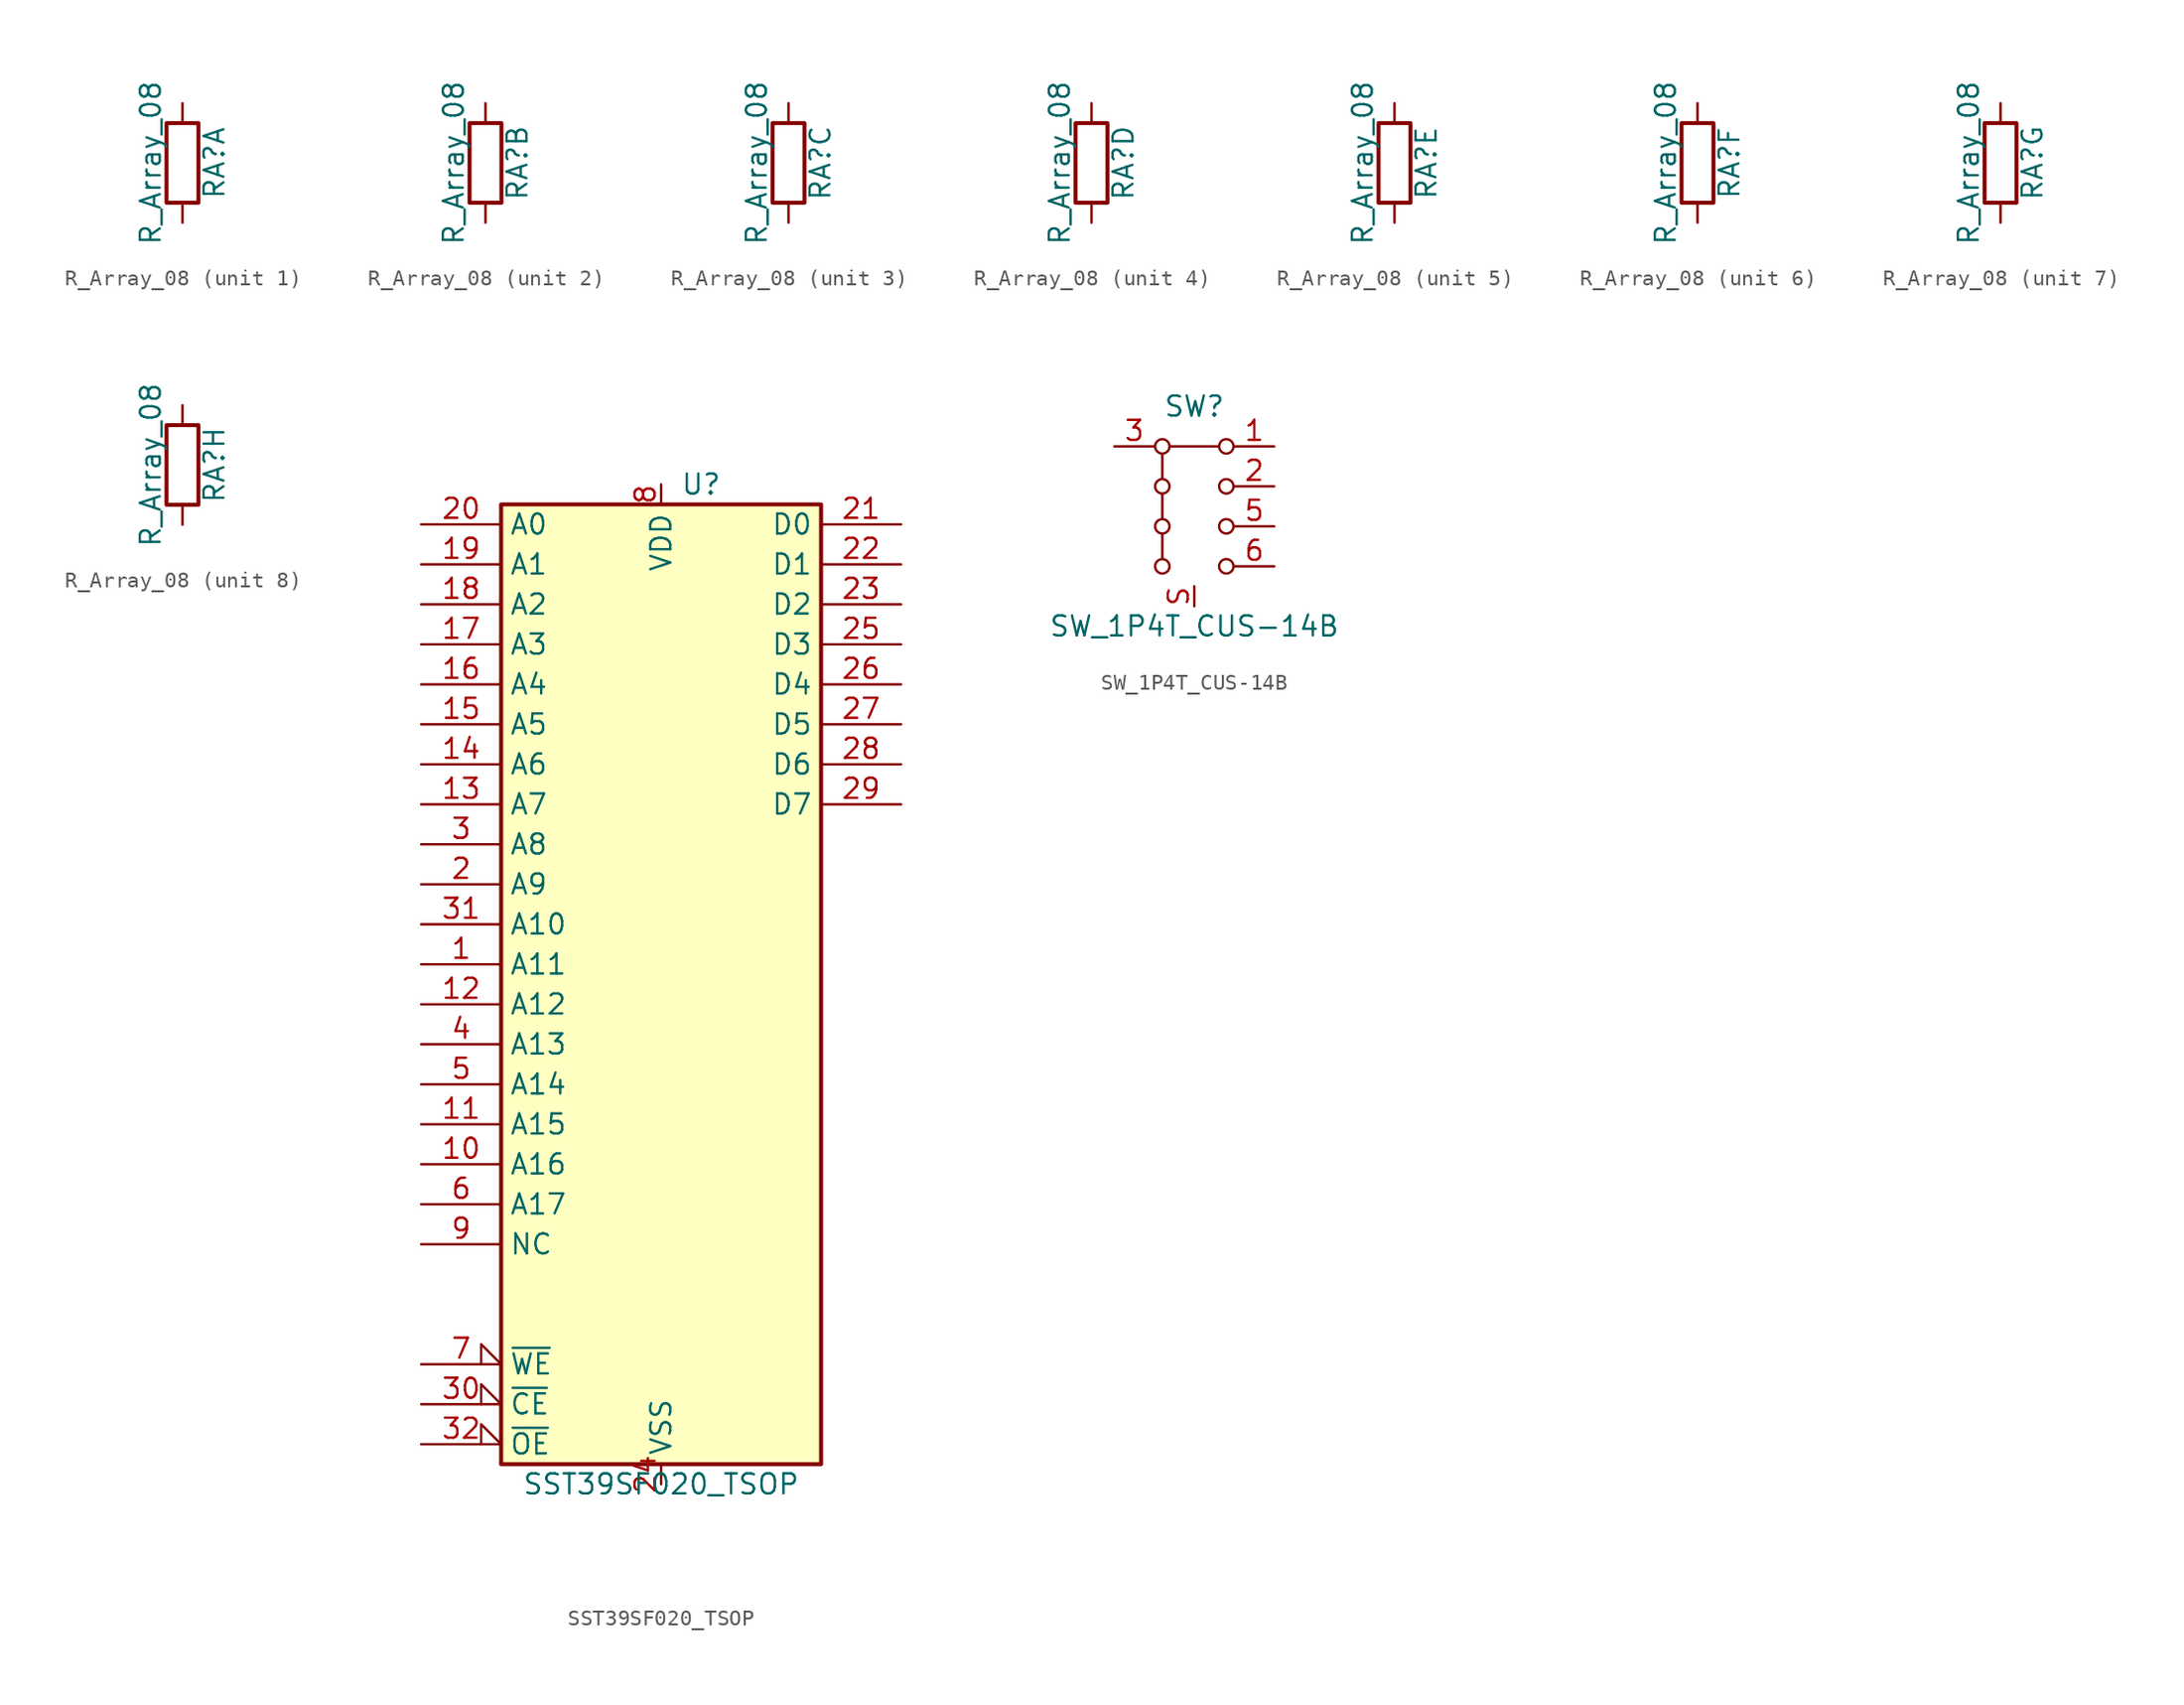
<source format=kicad_sym>
(kicad_symbol_lib
  (version 20220914)
  (generator kicad_symbol_editor)
  (symbol "R_Array_08"
    (pin_numbers hide)
    (pin_names
      (offset 0) hide)
    (property "Reference" "RA"
      (at 2.032 0 90)
      (effects (font (size 1.27 1.27))))
    (property "Value" "R_Array_08"
      (at -2.032 0 90)
      (effects (font (size 1.27 1.27))))
    (symbol "R_Array_08_0_1"
      (rectangle (start 1.016 2.54) (end -1.016 -2.54) (stroke (width 0.254) (type default)) (fill (type none))))
    (symbol "R_Array_08_1_1"
      (pin passive line (at 0 3.81 270) (length 1.27) (name "R1.1" (effects (font (size 1.27 1.27)))) (number "1" (effects (font (size 1.27 1.27)))))
      (pin passive line (at 0 -3.81 90) (length 1.27) (name "R1.2" (effects (font (size 1.27 1.27)))) (number "16" (effects (font (size 1.27 1.27))))))
    (symbol "R_Array_08_2_1"
      (pin passive line (at 0 -3.81 90) (length 1.27) (name "R2.2" (effects (font (size 1.27 1.27)))) (number "15" (effects (font (size 1.27 1.27)))))
      (pin passive line (at 0 3.81 270) (length 1.27) (name "R6.1" (effects (font (size 1.27 1.27)))) (number "2" (effects (font (size 1.27 1.27))))))
    (symbol "R_Array_08_3_1"
      (pin passive line (at 0 -3.81 90) (length 1.27) (name "R3.2" (effects (font (size 1.27 1.27)))) (number "14" (effects (font (size 1.27 1.27)))))
      (pin passive line (at 0 3.81 270) (length 1.27) (name "R8.1" (effects (font (size 1.27 1.27)))) (number "3" (effects (font (size 1.27 1.27))))))
    (symbol "R_Array_08_4_1"
      (pin passive line (at 0 -3.81 90) (length 1.27) (name "R4.2" (effects (font (size 1.27 1.27)))) (number "13" (effects (font (size 1.27 1.27)))))
      (pin passive line (at 0 3.81 270) (length 1.27) (name "R4.1" (effects (font (size 1.27 1.27)))) (number "4" (effects (font (size 1.27 1.27))))))
    (symbol "R_Array_08_5_1"
      (pin passive line (at 0 -3.81 90) (length 1.27) (name "R5.2" (effects (font (size 1.27 1.27)))) (number "12" (effects (font (size 1.27 1.27)))))
      (pin passive line (at 0 3.81 270) (length 1.27) (name "R5.1" (effects (font (size 1.27 1.27)))) (number "5" (effects (font (size 1.27 1.27))))))
    (symbol "R_Array_08_6_1"
      (pin passive line (at 0 -3.81 90) (length 1.27) (name "R6.2" (effects (font (size 1.27 1.27)))) (number "11" (effects (font (size 1.27 1.27)))))
      (pin passive line (at 0 3.81 270) (length 1.27) (name "R6.1" (effects (font (size 1.27 1.27)))) (number "6" (effects (font (size 1.27 1.27))))))
    (symbol "R_Array_08_7_1"
      (pin passive line (at 0 -3.81 90) (length 1.27) (name "R7.2" (effects (font (size 1.27 1.27)))) (number "10" (effects (font (size 1.27 1.27)))))
      (pin passive line (at 0 3.81 270) (length 1.27) (name "R7.1" (effects (font (size 1.27 1.27)))) (number "7" (effects (font (size 1.27 1.27))))))
    (symbol "R_Array_08_8_1"
      (pin passive line (at 0 3.81 270) (length 1.27) (name "R8.1" (effects (font (size 1.27 1.27)))) (number "8" (effects (font (size 1.27 1.27)))))
      (pin passive line (at 0 -3.81 90) (length 1.27) (name "R8.2" (effects (font (size 1.27 1.27)))) (number "9" (effects (font (size 1.27 1.27)))))))
  (symbol "SST39SF020_TSOP"
    (property "Reference" "U"
      (at 2.54 33.02 0)
      (effects (font (size 1.27 1.27))))
    (property "Value" "SST39SF020_TSOP"
      (at 0 -30.48 0)
      (effects (font (size 1.27 1.27))))
    (symbol "SST39SF020_TSOP_0_0"
      (pin power_in line (at 0 -30.48 90) (length 1.27) (name "VSS" (effects (font (size 1.27 1.27)))) (number "24" (effects (font (size 1.27 1.27)))))
      (pin power_in line (at 0 33.02 270) (length 1.27) (name "VDD" (effects (font (size 1.27 1.27)))) (number "8" (effects (font (size 1.27 1.27))))))
    (symbol "SST39SF020_TSOP_0_1"
      (rectangle (start -10.16 31.75) (end 10.16 -29.21) (stroke (width 0.254) (type default)) (fill (type background))))
    (symbol "SST39SF020_TSOP_1_1"
      (pin input line (at -15.24 2.54 0) (length 5.08) (name "A11" (effects (font (size 1.27 1.27)))) (number "1" (effects (font (size 1.27 1.27)))))
      (pin input line (at -15.24 -10.16 0) (length 5.08) (name "A16" (effects (font (size 1.27 1.27)))) (number "10" (effects (font (size 1.27 1.27)))))
      (pin input line (at -15.24 -7.62 0) (length 5.08) (name "A15" (effects (font (size 1.27 1.27)))) (number "11" (effects (font (size 1.27 1.27)))))
      (pin input line (at -15.24 0 0) (length 5.08) (name "A12" (effects (font (size 1.27 1.27)))) (number "12" (effects (font (size 1.27 1.27)))))
      (pin input line (at -15.24 12.7 0) (length 5.08) (name "A7" (effects (font (size 1.27 1.27)))) (number "13" (effects (font (size 1.27 1.27)))))
      (pin input line (at -15.24 15.24 0) (length 5.08) (name "A6" (effects (font (size 1.27 1.27)))) (number "14" (effects (font (size 1.27 1.27)))))
      (pin input line (at -15.24 17.78 0) (length 5.08) (name "A5" (effects (font (size 1.27 1.27)))) (number "15" (effects (font (size 1.27 1.27)))))
      (pin input line (at -15.24 20.32 0) (length 5.08) (name "A4" (effects (font (size 1.27 1.27)))) (number "16" (effects (font (size 1.27 1.27)))))
      (pin input line (at -15.24 22.86 0) (length 5.08) (name "A3" (effects (font (size 1.27 1.27)))) (number "17" (effects (font (size 1.27 1.27)))))
      (pin input line (at -15.24 25.4 0) (length 5.08) (name "A2" (effects (font (size 1.27 1.27)))) (number "18" (effects (font (size 1.27 1.27)))))
      (pin input line (at -15.24 27.94 0) (length 5.08) (name "A1" (effects (font (size 1.27 1.27)))) (number "19" (effects (font (size 1.27 1.27)))))
      (pin input line (at -15.24 7.62 0) (length 5.08) (name "A9" (effects (font (size 1.27 1.27)))) (number "2" (effects (font (size 1.27 1.27)))))
      (pin input line (at -15.24 30.48 0) (length 5.08) (name "A0" (effects (font (size 1.27 1.27)))) (number "20" (effects (font (size 1.27 1.27)))))
      (pin tri_state line (at 15.24 30.48 180) (length 5.08) (name "D0" (effects (font (size 1.27 1.27)))) (number "21" (effects (font (size 1.27 1.27)))))
      (pin tri_state line (at 15.24 27.94 180) (length 5.08) (name "D1" (effects (font (size 1.27 1.27)))) (number "22" (effects (font (size 1.27 1.27)))))
      (pin tri_state line (at 15.24 25.4 180) (length 5.08) (name "D2" (effects (font (size 1.27 1.27)))) (number "23" (effects (font (size 1.27 1.27)))))
      (pin tri_state line (at 15.24 22.86 180) (length 5.08) (name "D3" (effects (font (size 1.27 1.27)))) (number "25" (effects (font (size 1.27 1.27)))))
      (pin tri_state line (at 15.24 20.32 180) (length 5.08) (name "D4" (effects (font (size 1.27 1.27)))) (number "26" (effects (font (size 1.27 1.27)))))
      (pin tri_state line (at 15.24 17.78 180) (length 5.08) (name "D5" (effects (font (size 1.27 1.27)))) (number "27" (effects (font (size 1.27 1.27)))))
      (pin tri_state line (at 15.24 15.24 180) (length 5.08) (name "D6" (effects (font (size 1.27 1.27)))) (number "28" (effects (font (size 1.27 1.27)))))
      (pin tri_state line (at 15.24 12.7 180) (length 5.08) (name "D7" (effects (font (size 1.27 1.27)))) (number "29" (effects (font (size 1.27 1.27)))))
      (pin input line (at -15.24 10.16 0) (length 5.08) (name "A8" (effects (font (size 1.27 1.27)))) (number "3" (effects (font (size 1.27 1.27)))))
      (pin input input_low (at -15.24 -25.4 0) (length 5.08) (name "~{CE}" (effects (font (size 1.27 1.27)))) (number "30" (effects (font (size 1.27 1.27)))))
      (pin input line (at -15.24 5.08 0) (length 5.08) (name "A10" (effects (font (size 1.27 1.27)))) (number "31" (effects (font (size 1.27 1.27)))))
      (pin input input_low (at -15.24 -27.94 0) (length 5.08) (name "~{OE}" (effects (font (size 1.27 1.27)))) (number "32" (effects (font (size 1.27 1.27)))))
      (pin input line (at -15.24 -2.54 0) (length 5.08) (name "A13" (effects (font (size 1.27 1.27)))) (number "4" (effects (font (size 1.27 1.27)))))
      (pin input line (at -15.24 -5.08 0) (length 5.08) (name "A14" (effects (font (size 1.27 1.27)))) (number "5" (effects (font (size 1.27 1.27)))))
      (pin input line (at -15.24 -12.7 0) (length 5.08) (name "A17" (effects (font (size 1.27 1.27)))) (number "6" (effects (font (size 1.27 1.27)))))
      (pin input input_low (at -15.24 -22.86 0) (length 5.08) (name "~{WE}" (effects (font (size 1.27 1.27)))) (number "7" (effects (font (size 1.27 1.27)))))
      (pin input line (at -15.24 -15.24 0) (length 5.08) (name "NC" (effects (font (size 1.27 1.27)))) (number "9" (effects (font (size 1.27 1.27)))))))
  (symbol "SW_1P4T_CUS-14B"
    (pin_names
      (offset 0) hide)
    (property "Reference" "SW"
      (at 0 6.35 0)
      (effects (font (size 1.27 1.27))))
    (property "Value" "SW_1P4T_CUS-14B"
      (at 0 -7.62 0)
      (effects (font (size 1.27 1.27))))
    (symbol "SW_1P4T_CUS-14B_0_1"
      (circle (center -2.032 -3.81) (radius 0.457) (stroke (width 0) (type default)) (fill (type none)))
      (circle (center -2.032 -1.27) (radius 0.457) (stroke (width 0) (type default)) (fill (type none)))
      (circle (center -2.032 1.27) (radius 0.457) (stroke (width 0) (type default)) (fill (type none)))
      (circle (center -2.032 3.81) (radius 0.457) (stroke (width 0) (type default)) (fill (type none)))
      (polyline (pts (xy -2.032 -1.778) (xy -2.032 -3.302)) (stroke (width 0.152) (type default)) (fill (type none)))
      (polyline (pts (xy -2.032 0.762) (xy -2.032 -0.762)) (stroke (width 0.152) (type default)) (fill (type none)))
      (polyline (pts (xy -2.032 3.302) (xy -2.032 1.778)) (stroke (width 0.152) (type default)) (fill (type none)))
      (polyline (pts (xy -1.524 3.81) (xy 1.524 3.81)) (stroke (width 0.152) (type default)) (fill (type none)))
      (circle (center 2.032 -3.81) (radius 0.457) (stroke (width 0) (type default)) (fill (type none)))
      (circle (center 2.032 -1.27) (radius 0.457) (stroke (width 0) (type default)) (fill (type none)))
      (circle (center 2.032 1.27) (radius 0.457) (stroke (width 0) (type default)) (fill (type none)))
      (circle (center 2.032 3.81) (radius 0.457) (stroke (width 0) (type default)) (fill (type none))))
    (symbol "SW_1P4T_CUS-14B_1_1"
      (pin passive line (at 5.08 3.81 180) (length 2.54) (name "1" (effects (font (size 1.27 1.27)))) (number "1" (effects (font (size 1.27 1.27)))))
      (pin passive line (at 5.08 1.27 180) (length 2.54) (name "2" (effects (font (size 1.27 1.27)))) (number "2" (effects (font (size 1.27 1.27)))))
      (pin passive line (at -5.08 3.81 0) (length 2.54) (name "C" (effects (font (size 1.27 1.27)))) (number "3" (effects (font (size 1.27 1.27)))))
      (pin passive line (at -5.08 3.81 0) (length 2.54) hide (name "C" (effects (font (size 1.27 1.27)))) (number "4" (effects (font (size 1.27 1.27)))))
      (pin passive line (at 5.08 -1.27 180) (length 2.54) (name "5" (effects (font (size 1.27 1.27)))) (number "5" (effects (font (size 1.27 1.27)))))
      (pin passive line (at 5.08 -3.81 180) (length 2.54) (name "6" (effects (font (size 1.27 1.27)))) (number "6" (effects (font (size 1.27 1.27)))))
      (pin passive line (at 0 -6.35 90) (length 1.27) (name "S" (effects (font (size 1.27 1.27)))) (number "S" (effects (font (size 1.27 1.27))))))))
</source>
